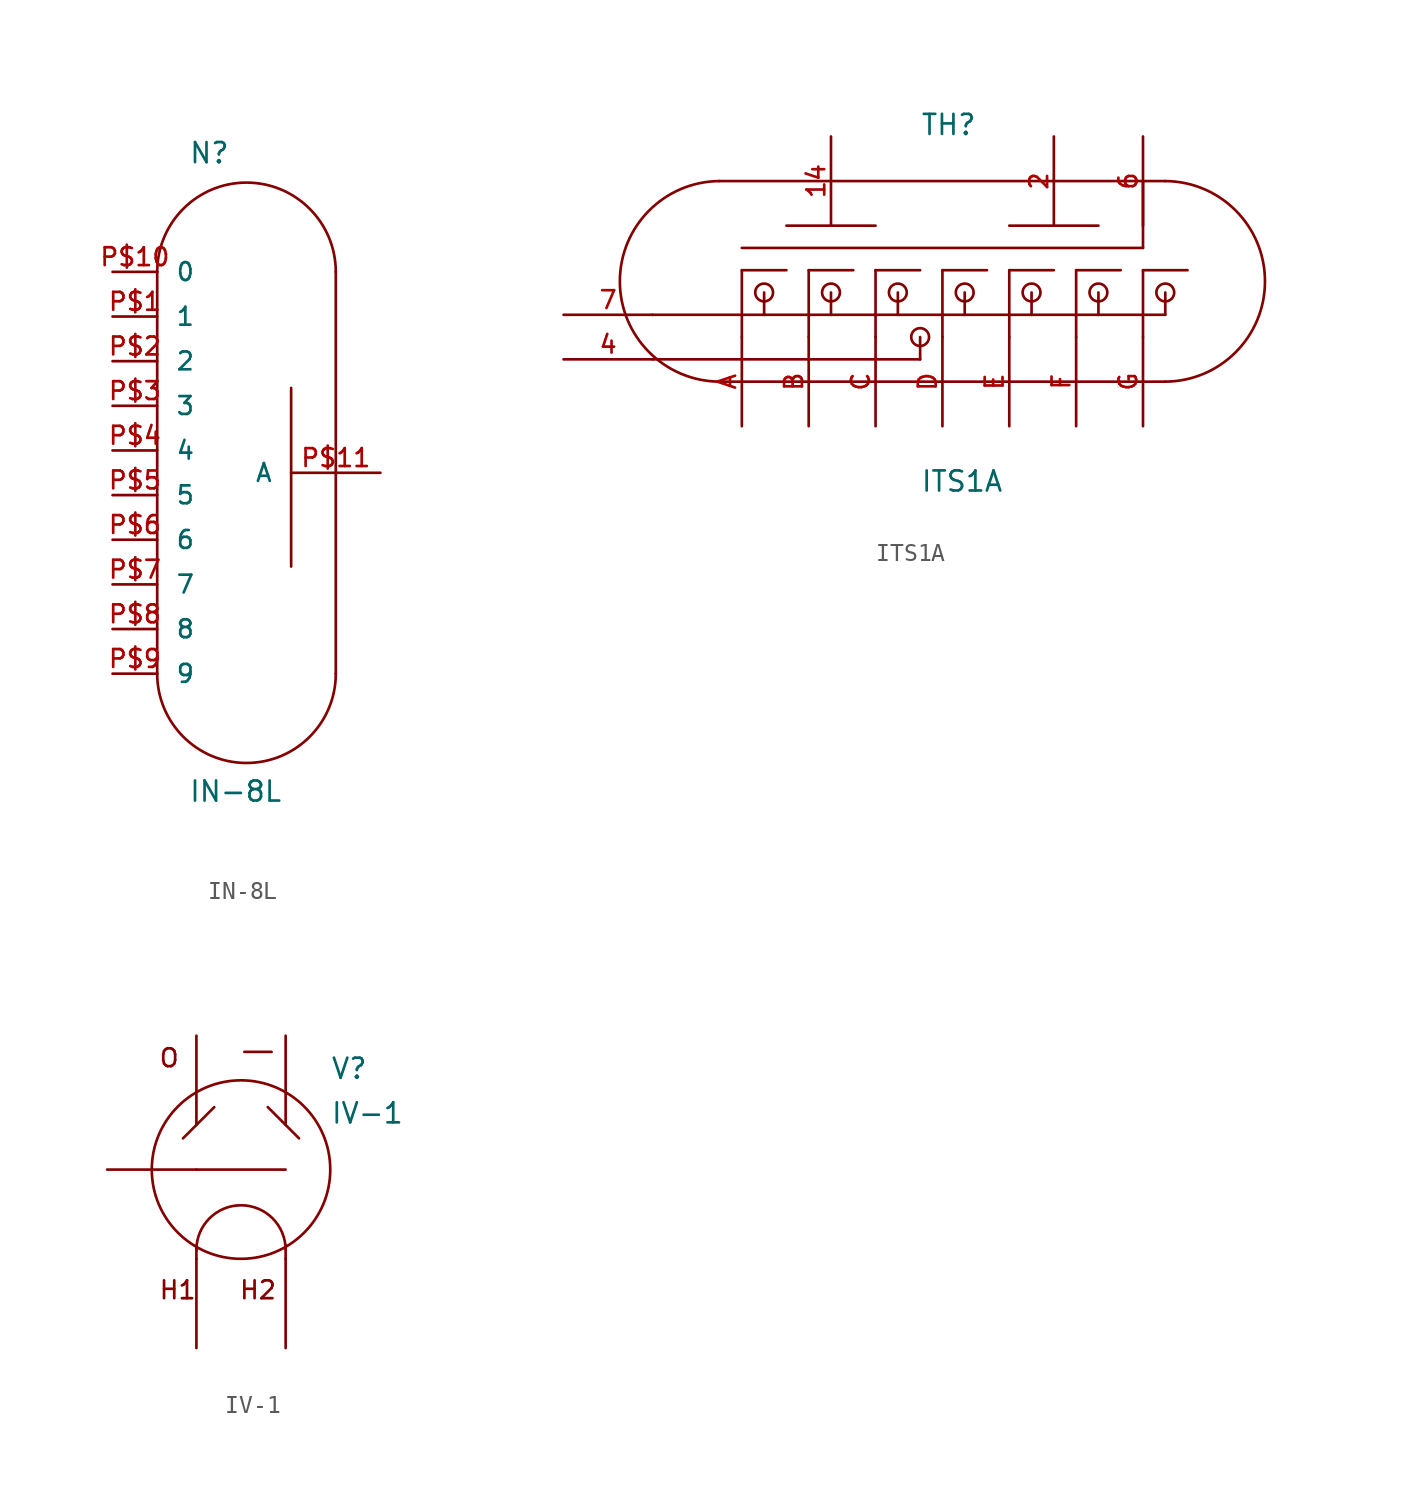
<source format=kicad_sym>
(kicad_symbol_lib
  (version 20220914)
  (generator kicad_symbol_editor)
  (symbol "IN-8L"
    (pin_names
      (offset 1.016))
    (property "Reference" "N"
      (at -38.862 41.656 0)
      (effects (font (size 1.143 1.143)) (justify left bottom)))
    (property "Value" "IN-8L"
      (at -38.862 5.334 0)
      (effects (font (size 1.143 1.143)) (justify left bottom)))
    (property "ki_locked" ""
      (at 0 0 0)
      (effects (font (size 1.27 1.27))))
    (symbol "IN-8L_1_0"
      (polyline (pts (xy -40.64 35.56) (xy -40.64 12.7)) (stroke (width 0) (type solid)) (fill (type none)))
      (polyline (pts (xy -33.02 28.956) (xy -33.02 18.796)) (stroke (width 0) (type solid)) (fill (type none)))
      (polyline (pts (xy -30.48 35.56) (xy -30.48 12.7)) (stroke (width 0) (type solid)) (fill (type none))))
    (symbol "IN-8L_1_1"
      (arc (start -40.64 12.7) (mid -35.56 7.6421) (end -30.48 12.7) (stroke (width 0) (type solid)) (fill (type none)))
      (arc (start -30.48 35.56) (mid -35.56 40.6179) (end -40.64 35.56) (stroke (width 0) (type solid)) (fill (type none)))
      (pin passive line (at -43.18 33.02 0) (length 2.54) (name "1" (effects (font (size 1.016 1.016)))) (number "P$1" (effects (font (size 1.016 1.016)))))
      (pin passive line (at -43.18 35.56 0) (length 2.54) (name "0" (effects (font (size 1.016 1.016)))) (number "P$10" (effects (font (size 1.016 1.016)))))
      (pin passive line (at -27.94 24.13 180) (length 5.08) (name "A" (effects (font (size 1.016 1.016)))) (number "P$11" (effects (font (size 1.016 1.016)))))
      (pin passive line (at -43.18 30.48 0) (length 2.54) (name "2" (effects (font (size 1.016 1.016)))) (number "P$2" (effects (font (size 1.016 1.016)))))
      (pin passive line (at -43.18 27.94 0) (length 2.54) (name "3" (effects (font (size 1.016 1.016)))) (number "P$3" (effects (font (size 1.016 1.016)))))
      (pin passive line (at -43.18 25.4 0) (length 2.54) (name "4" (effects (font (size 1.016 1.016)))) (number "P$4" (effects (font (size 1.016 1.016)))))
      (pin passive line (at -43.18 22.86 0) (length 2.54) (name "5" (effects (font (size 1.016 1.016)))) (number "P$5" (effects (font (size 1.016 1.016)))))
      (pin passive line (at -43.18 20.32 0) (length 2.54) (name "6" (effects (font (size 1.016 1.016)))) (number "P$6" (effects (font (size 1.016 1.016)))))
      (pin passive line (at -43.18 17.78 0) (length 2.54) (name "7" (effects (font (size 1.016 1.016)))) (number "P$7" (effects (font (size 1.016 1.016)))))
      (pin passive line (at -43.18 15.24 0) (length 2.54) (name "8" (effects (font (size 1.016 1.016)))) (number "P$8" (effects (font (size 1.016 1.016)))))
      (pin passive line (at -43.18 12.7 0) (length 2.54) (name "9" (effects (font (size 1.016 1.016)))) (number "P$9" (effects (font (size 1.016 1.016)))))))
  (symbol "ITS1A"
    (pin_names
      (offset 1.016) hide)
    (property "Reference" "TH"
      (at -12.7 10.16 0)
      (effects (font (size 1.143 1.143)) (justify left bottom)))
    (property "Value" "ITS1A"
      (at -12.7 -10.16 0)
      (effects (font (size 1.143 1.143)) (justify left bottom)))
    (property "ki_locked" ""
      (at 0 0 0)
      (effects (font (size 1.27 1.27))))
    (symbol "ITS1A_1_0"
      (polyline (pts (xy -27.94 -2.54) (xy -12.7 -2.54)) (stroke (width 0) (type solid)) (fill (type none)))
      (polyline (pts (xy -27.94 0) (xy -22.86 0)) (stroke (width 0) (type solid)) (fill (type none)))
      (polyline (pts (xy -24.13 -3.81) (xy 1.27 -3.81)) (stroke (width 0) (type solid)) (fill (type none)))
      (polyline (pts (xy -22.86 0) (xy -22.86 -1.27)) (stroke (width 0) (type solid)) (fill (type none)))
      (polyline (pts (xy -22.86 0) (xy -22.86 2.54)) (stroke (width 0) (type solid)) (fill (type none)))
      (polyline (pts (xy -22.86 0) (xy -21.59 0)) (stroke (width 0) (type solid)) (fill (type none)))
      (polyline (pts (xy -22.86 2.54) (xy -20.32 2.54)) (stroke (width 0) (type solid)) (fill (type none)))
      (polyline (pts (xy -22.86 3.81) (xy 0 3.81)) (stroke (width 0) (type solid)) (fill (type none)))
      (polyline (pts (xy -21.59 0) (xy -21.59 1.27)) (stroke (width 0) (type solid)) (fill (type none)))
      (polyline (pts (xy -21.59 0) (xy -17.78 0)) (stroke (width 0) (type solid)) (fill (type none)))
      (polyline (pts (xy -20.32 5.08) (xy -15.24 5.08)) (stroke (width 0) (type solid)) (fill (type none)))
      (polyline (pts (xy -19.05 -1.27) (xy -19.05 2.54)) (stroke (width 0) (type solid)) (fill (type none)))
      (polyline (pts (xy -19.05 2.54) (xy -16.51 2.54)) (stroke (width 0) (type solid)) (fill (type none)))
      (polyline (pts (xy -17.78 0) (xy -17.78 1.27)) (stroke (width 0) (type solid)) (fill (type none)))
      (polyline (pts (xy -17.78 0) (xy -13.97 0)) (stroke (width 0) (type solid)) (fill (type none)))
      (polyline (pts (xy -15.24 -1.27) (xy -15.24 2.54)) (stroke (width 0) (type solid)) (fill (type none)))
      (polyline (pts (xy -15.24 2.54) (xy -12.7 2.54)) (stroke (width 0) (type solid)) (fill (type none)))
      (polyline (pts (xy -13.97 0) (xy -13.97 1.27)) (stroke (width 0) (type solid)) (fill (type none)))
      (polyline (pts (xy -13.97 0) (xy -10.16 0)) (stroke (width 0) (type solid)) (fill (type none)))
      (polyline (pts (xy -12.7 -2.54) (xy -12.7 -1.27)) (stroke (width 0) (type solid)) (fill (type none)))
      (polyline (pts (xy -11.43 -1.27) (xy -11.43 2.54)) (stroke (width 0) (type solid)) (fill (type none)))
      (polyline (pts (xy -11.43 2.54) (xy -8.89 2.54)) (stroke (width 0) (type solid)) (fill (type none)))
      (polyline (pts (xy -10.16 0) (xy -10.16 1.27)) (stroke (width 0) (type solid)) (fill (type none)))
      (polyline (pts (xy -10.16 0) (xy -6.35 0)) (stroke (width 0) (type solid)) (fill (type none)))
      (polyline (pts (xy -7.62 -1.27) (xy -7.62 2.54)) (stroke (width 0) (type solid)) (fill (type none)))
      (polyline (pts (xy -7.62 2.54) (xy -5.08 2.54)) (stroke (width 0) (type solid)) (fill (type none)))
      (polyline (pts (xy -7.62 5.08) (xy -2.54 5.08)) (stroke (width 0) (type solid)) (fill (type none)))
      (polyline (pts (xy -6.35 0) (xy -6.35 1.27)) (stroke (width 0) (type solid)) (fill (type none)))
      (polyline (pts (xy -6.35 0) (xy -2.54 0)) (stroke (width 0) (type solid)) (fill (type none)))
      (polyline (pts (xy -3.81 -1.27) (xy -3.81 2.54)) (stroke (width 0) (type solid)) (fill (type none)))
      (polyline (pts (xy -3.81 2.54) (xy -1.27 2.54)) (stroke (width 0) (type solid)) (fill (type none)))
      (polyline (pts (xy -2.54 0) (xy -2.54 1.27)) (stroke (width 0) (type solid)) (fill (type none)))
      (polyline (pts (xy -2.54 0) (xy 1.27 0)) (stroke (width 0) (type solid)) (fill (type none)))
      (polyline (pts (xy 0 -1.27) (xy 0 2.54)) (stroke (width 0) (type solid)) (fill (type none)))
      (polyline (pts (xy 0 2.54) (xy 2.54 2.54)) (stroke (width 0) (type solid)) (fill (type none)))
      (polyline (pts (xy 0 3.81) (xy 0 7.62)) (stroke (width 0) (type solid)) (fill (type none)))
      (polyline (pts (xy 0 7.62) (xy -24.13 7.62)) (stroke (width 0) (type solid)) (fill (type none)))
      (polyline (pts (xy 1.27 0) (xy 1.27 1.27)) (stroke (width 0) (type solid)) (fill (type none)))
      (polyline (pts (xy 1.27 7.62) (xy 0 7.62)) (stroke (width 0) (type solid)) (fill (type none))))
    (symbol "ITS1A_1_1"
      (arc (start -24.13 7.62) (mid -29.8202 1.905) (end -24.13 -3.81) (stroke (width 0) (type solid)) (fill (type none)))
      (circle (center -21.59 1.27) (radius 0.508) (stroke (width 0) (type solid)) (fill (type none)))
      (circle (center -17.78 1.27) (radius 0.508) (stroke (width 0) (type solid)) (fill (type none)))
      (circle (center -13.97 1.27) (radius 0.508) (stroke (width 0) (type solid)) (fill (type none)))
      (circle (center -12.7 -1.27) (radius 0.508) (stroke (width 0) (type solid)) (fill (type none)))
      (circle (center -10.16 1.27) (radius 0.508) (stroke (width 0) (type solid)) (fill (type none)))
      (circle (center -6.35 1.27) (radius 0.508) (stroke (width 0) (type solid)) (fill (type none)))
      (circle (center -2.54 1.27) (radius 0.508) (stroke (width 0) (type solid)) (fill (type none)))
      (arc (start 1.27 -3.81) (mid 6.9602 1.905) (end 1.27 7.62) (stroke (width 0) (type solid)) (fill (type none)))
      (circle (center 1.27 1.27) (radius 0.508) (stroke (width 0) (type solid)) (fill (type none)))
      (pin power_in line (at -17.78 10.16 270) (length 5.08) (name "14" (effects (font (size 1.016 1.016)))) (number "14" (effects (font (size 1.016 1.016)))))
      (pin power_in line (at -5.08 10.16 270) (length 5.08) (name "2" (effects (font (size 1.016 1.016)))) (number "2" (effects (font (size 1.016 1.016)))))
      (pin power_in line (at -33.02 -2.54 0) (length 5.08) (name "4" (effects (font (size 1.016 1.016)))) (number "4" (effects (font (size 1.016 1.016)))))
      (pin passive line (at 0 10.16 270) (length 5.08) (name "6" (effects (font (size 1.016 1.016)))) (number "6" (effects (font (size 1.016 1.016)))))
      (pin power_in line (at -33.02 0 0) (length 5.08) (name "7" (effects (font (size 1.016 1.016)))) (number "7" (effects (font (size 1.016 1.016)))))
      (pin passive line (at -22.86 -6.35 90) (length 5.08) (name "A" (effects (font (size 1.016 1.016)))) (number "A" (effects (font (size 1.016 1.016)))))
      (pin passive line (at -19.05 -6.35 90) (length 5.08) (name "B" (effects (font (size 1.016 1.016)))) (number "B" (effects (font (size 1.016 1.016)))))
      (pin passive line (at -15.24 -6.35 90) (length 5.08) (name "C" (effects (font (size 1.016 1.016)))) (number "C" (effects (font (size 1.016 1.016)))))
      (pin passive line (at -11.43 -6.35 90) (length 5.08) (name "D" (effects (font (size 1.016 1.016)))) (number "D" (effects (font (size 1.016 1.016)))))
      (pin passive line (at -7.62 -6.35 90) (length 5.08) (name "E" (effects (font (size 1.016 1.016)))) (number "E" (effects (font (size 1.016 1.016)))))
      (pin passive line (at -3.81 -6.35 90) (length 5.08) (name "F" (effects (font (size 1.016 1.016)))) (number "F" (effects (font (size 1.016 1.016)))))
      (pin passive line (at 0 -6.35 90) (length 5.08) (name "G" (effects (font (size 1.016 1.016)))) (number "G" (effects (font (size 1.016 1.016)))))))
  (symbol "IV-1"
    (pin_numbers hide)
    (pin_names
      (offset 1.016) hide)
    (property "Reference" "V"
      (at 5.08 5.08 0)
      (effects (font (size 1.143 1.143)) (justify left bottom)))
    (property "Value" "IV-1"
      (at 5.08 2.54 0)
      (effects (font (size 1.143 1.143)) (justify left bottom)))
    (property "ki_locked" ""
      (at 0 0 0)
      (effects (font (size 1.27 1.27))))
    (symbol "IV-1_1_0"
      (polyline (pts (xy -3.302 1.778) (xy -1.524 3.556)) (stroke (width 0) (type solid)) (fill (type none)))
      (polyline (pts (xy -2.54 -5.08) (xy -2.54 -4.318)) (stroke (width 0) (type solid)) (fill (type none)))
      (polyline (pts (xy -2.54 0) (xy 2.54 0)) (stroke (width 0) (type solid)) (fill (type none)))
      (polyline (pts (xy 1.524 3.556) (xy 3.302 1.778)) (stroke (width 0) (type solid)) (fill (type none)))
      (polyline (pts (xy 2.54 -5.08) (xy 2.54 -4.318)) (stroke (width 0) (type solid)) (fill (type none)))
      (text "-" (at 0.965 6.858 0) (effects (font (size 2.032 2.032))))
      (text "H1" (at -3.607 -6.858 0) (effects (font (size 1.016 1.016))))
      (text "H2" (at 0.965 -6.858 0) (effects (font (size 1.016 1.016))))
      (text "O" (at -4.089 6.35 0) (effects (font (size 1.016 1.016)))))
    (symbol "IV-1_1_1"
      (circle (center 0 0) (radius 5.08) (stroke (width 0) (type solid)) (fill (type none)))
      (arc (start 2.54 -4.572) (mid 0 -2.043) (end -2.54 -4.572) (stroke (width 0) (type solid)) (fill (type none)))
      (pin passive line (at 2.54 7.62 270) (length 5.08) (name "-" (effects (font (size 1.016 1.016)))) (number "-" (effects (font (size 1.016 1.016)))))
      (pin passive line (at -2.54 -10.16 90) (length 5.08) (name "H1" (effects (font (size 1.016 1.016)))) (number "F1" (effects (font (size 1.016 1.016)))))
      (pin passive line (at 2.54 -10.16 90) (length 5.08) (name "H2" (effects (font (size 1.016 1.016)))) (number "F2" (effects (font (size 1.016 1.016)))))
      (pin passive line (at -7.62 0 0) (length 5.08) (name "G" (effects (font (size 1.016 1.016)))) (number "G" (effects (font (size 1.016 1.016)))))
      (pin passive line (at -2.54 7.62 270) (length 5.08) (name "O" (effects (font (size 1.016 1.016)))) (number "O" (effects (font (size 1.016 1.016))))))))
</source>
